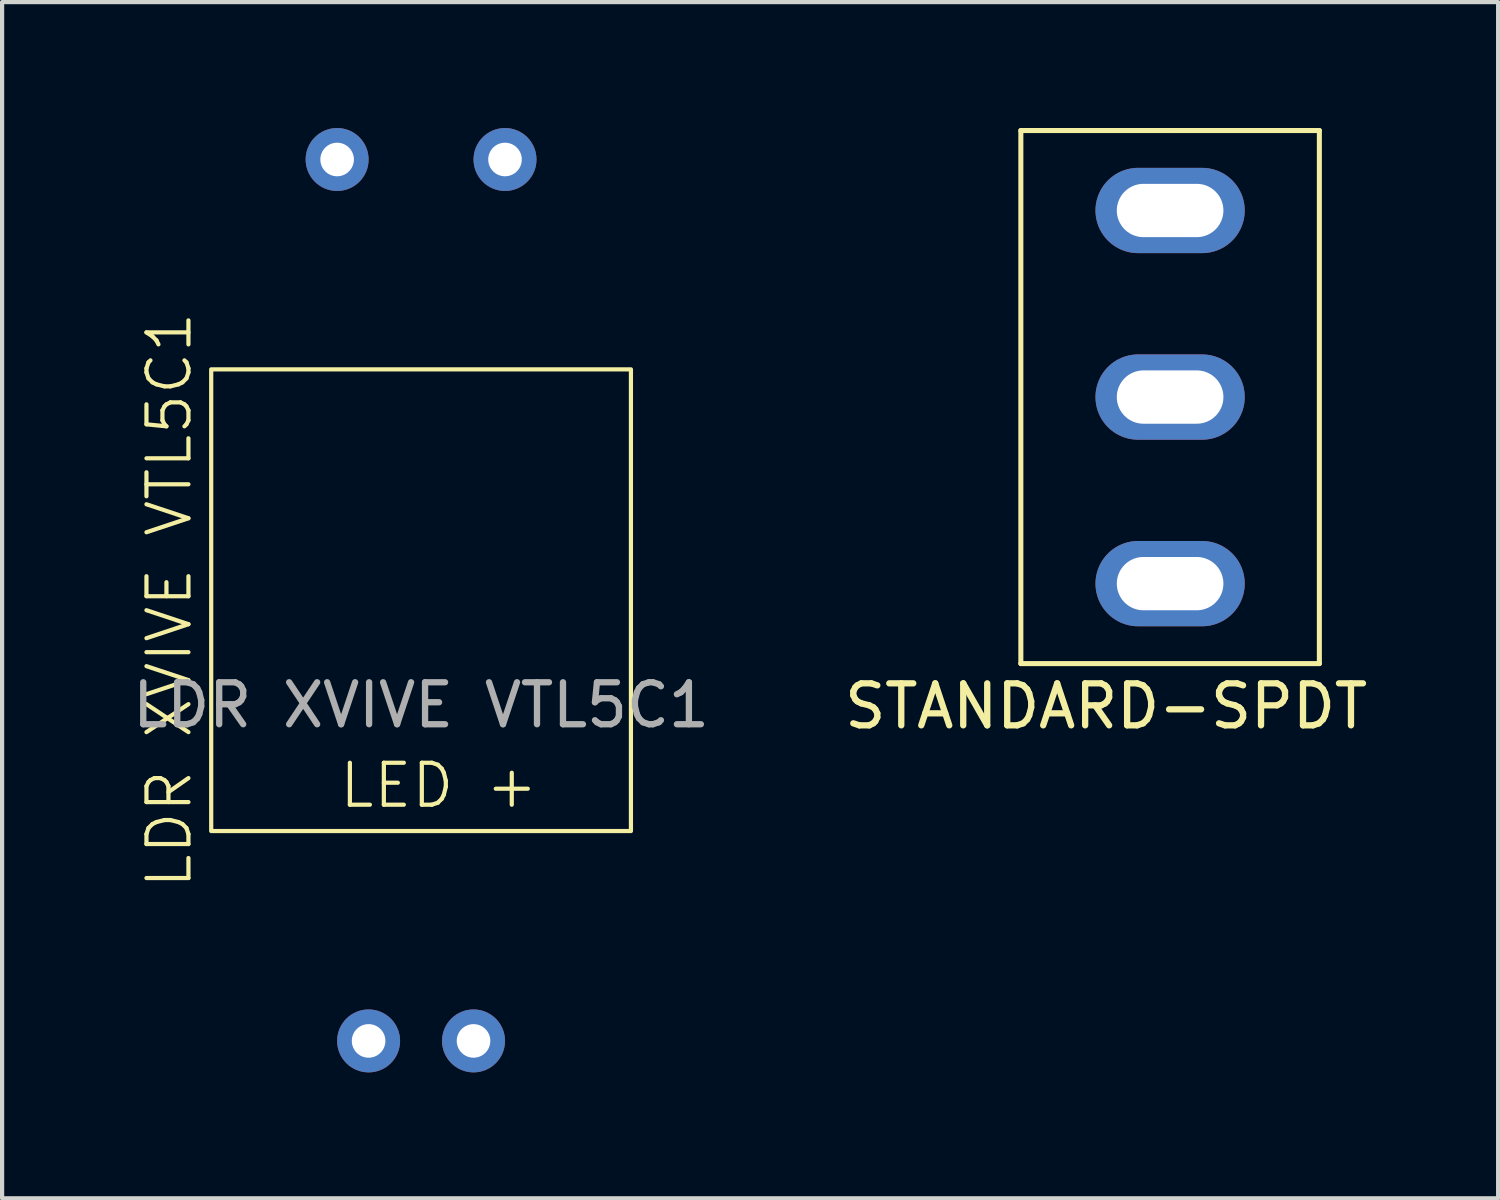
<source format=kicad_pcb>
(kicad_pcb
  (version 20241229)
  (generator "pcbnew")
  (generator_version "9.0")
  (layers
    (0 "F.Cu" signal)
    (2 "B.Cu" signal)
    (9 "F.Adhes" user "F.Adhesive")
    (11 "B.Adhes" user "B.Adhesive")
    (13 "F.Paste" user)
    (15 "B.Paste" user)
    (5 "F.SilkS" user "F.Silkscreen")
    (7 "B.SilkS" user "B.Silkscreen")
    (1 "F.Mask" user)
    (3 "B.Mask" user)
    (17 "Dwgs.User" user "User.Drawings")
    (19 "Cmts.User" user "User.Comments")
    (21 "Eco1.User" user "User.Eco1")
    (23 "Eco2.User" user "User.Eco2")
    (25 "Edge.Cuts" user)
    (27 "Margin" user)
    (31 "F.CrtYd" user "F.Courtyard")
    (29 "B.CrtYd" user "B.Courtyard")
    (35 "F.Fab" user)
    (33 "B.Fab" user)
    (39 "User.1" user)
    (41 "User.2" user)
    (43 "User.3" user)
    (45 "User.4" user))
  (footprint "LDR XVIVE VTL5C1"
    (layer "F.Cu")
    (at 6.982 11.25)
    (property "Reference" "LDR XVIVE VTL5C1" (at -6 0 90) (unlocked yes) (layer "F.SilkS") (effects (font (size 1 1) (thickness 0.1))))
    (attr through_hole)
    (fp_rect (start -5 -5.5) (end 5 5.5) (stroke (width 0.1) (type default)) (fill no) (layer "F.SilkS"))
    (fp_text user "LED +" (at -2 5 0) (unlocked yes) (layer "F.SilkS") (effects (font (size 1 1) (thickness 0.1)) (justify left bottom)))
    (fp_text user "${REFERENCE}" (at 0 2.5 0) (unlocked yes) (layer "F.Fab") (effects (font (size 1 1) (thickness 0.15))))
    (pad "1" thru_hole circle (at -2 -10.5) (size 1.5 1.5) (drill 0.8) (layers "*.Cu" "*.Mask"))
    (pad "2" thru_hole circle (at 2 -10.5) (size 1.5 1.5) (drill 0.8) (layers "*.Cu" "*.Mask"))
    (pad "3" thru_hole circle (at -1.25 10.5) (size 1.5 1.5) (drill 0.8) (layers "*.Cu" "*.Mask"))
    (pad "4" thru_hole circle (at 1.25 10.5) (size 1.5 1.5) (drill 0.8) (layers "*.Cu" "*.Mask")))
  (footprint "STANDARD-SPDT"
    (layer "F.Cu")
    (at 24.828 6.41)
    (property "Reference" "STANDARD-SPDT" (at -1.524 7.366 0) (layer "F.SilkS") (effects (font (size 1 1) (thickness 0.15))))
    (attr through_hole)
    (fp_line (start -3.556 -6.35) (end 0 -6.35) (stroke (width 0.12) (type solid)) (layer "F.SilkS"))
    (fp_line (start -3.556 6.35) (end -3.556 -6.35) (stroke (width 0.12) (type solid)) (layer "F.SilkS"))
    (fp_line (start 0 -6.35) (end 3.556 -6.35) (stroke (width 0.12) (type solid)) (layer "F.SilkS"))
    (fp_line (start 3.556 -6.35) (end 3.556 6.35) (stroke (width 0.12) (type solid)) (layer "F.SilkS"))
    (fp_line (start 3.556 6.35) (end -3.556 6.35) (stroke (width 0.12) (type solid)) (layer "F.SilkS"))
    (pad "1" thru_hole oval (at 0 -4.445) (size 3.556 2.032) (drill oval 2.54 1.27) (layers "*.Cu" "*.Mask"))
    (pad "2" thru_hole oval (at 0 0) (size 3.556 2.032) (drill oval 2.54 1.27) (layers "*.Cu" "*.Mask"))
    (pad "3" thru_hole oval (at 0 4.445) (size 3.556 2.032) (drill oval 2.54 1.27) (layers "*.Cu" "*.Mask")))
  (gr_rect
    (start -3 -3)
    (end 32.643 25.5)
    (stroke (width 0.1) (type default))
    (fill no)
    (layer "Edge.Cuts")))
</source>
